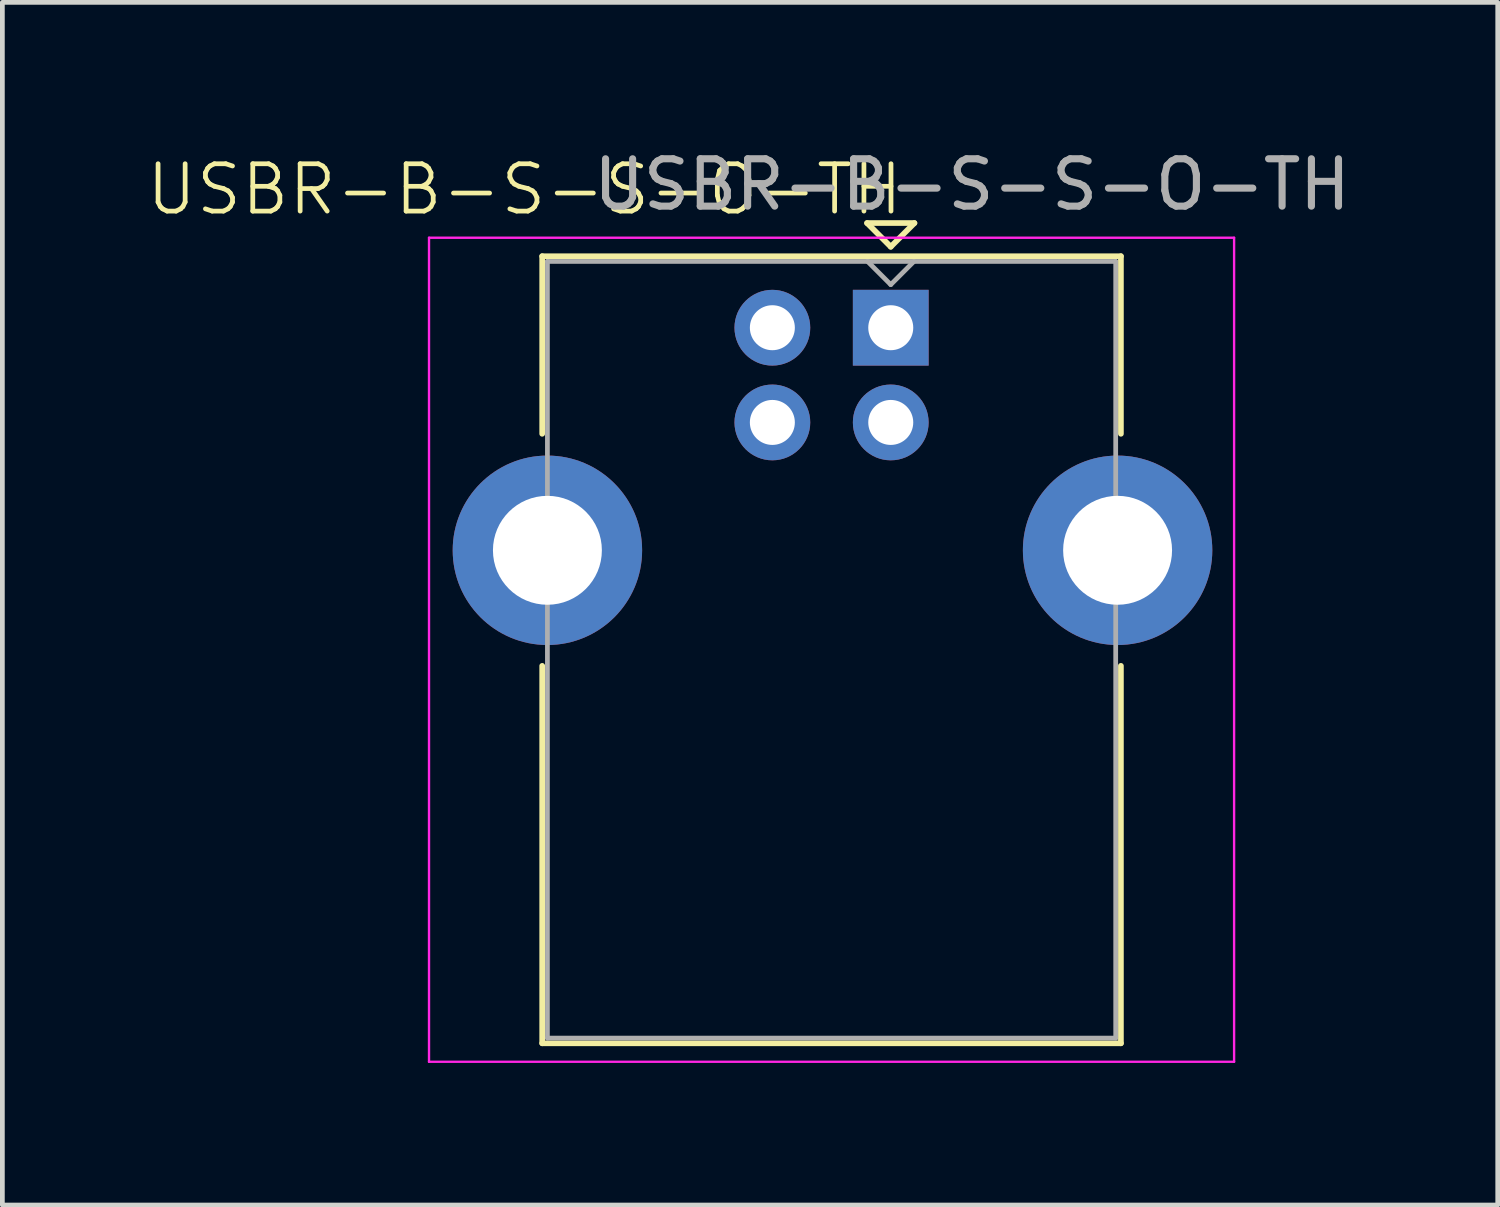
<source format=kicad_pcb>
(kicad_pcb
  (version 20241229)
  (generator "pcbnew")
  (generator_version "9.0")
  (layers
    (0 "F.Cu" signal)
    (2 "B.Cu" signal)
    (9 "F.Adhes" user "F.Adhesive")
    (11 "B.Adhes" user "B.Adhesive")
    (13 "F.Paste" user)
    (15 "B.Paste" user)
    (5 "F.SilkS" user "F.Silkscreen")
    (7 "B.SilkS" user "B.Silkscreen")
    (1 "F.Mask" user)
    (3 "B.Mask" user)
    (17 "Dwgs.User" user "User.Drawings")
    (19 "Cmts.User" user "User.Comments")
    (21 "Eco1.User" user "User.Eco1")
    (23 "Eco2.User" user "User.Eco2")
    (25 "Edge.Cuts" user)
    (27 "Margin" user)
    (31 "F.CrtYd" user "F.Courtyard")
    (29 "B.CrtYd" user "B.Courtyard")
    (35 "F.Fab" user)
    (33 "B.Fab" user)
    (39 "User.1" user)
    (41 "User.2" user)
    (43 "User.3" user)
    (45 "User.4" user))
  (footprint "USBR-B-S-S-O-TH"
    (layer "F.Cu")
    (at 8.509 8.57)
    (property "Reference" "USBR-B-S-S-O-TH" (at -0.483 -7.62 0) (unlocked yes) (layer "F.SilkS") (effects (font (size 1 1) (thickness 0.1))))
    (attr through_hole)
    (fp_line (start -0.11 -6.21) (end -0.11 -2.46) (stroke (width 0.12) (type solid)) (layer "F.SilkS"))
    (fp_line (start -0.11 -6.21) (end 12.11 -6.21) (stroke (width 0.12) (type solid)) (layer "F.SilkS"))
    (fp_line (start -0.11 10.41) (end -0.11 2.44) (stroke (width 0.12) (type solid)) (layer "F.SilkS"))
    (fp_line (start -0.11 10.41) (end 12.11 10.41) (stroke (width 0.12) (type solid)) (layer "F.SilkS"))
    (fp_line (start 6.75 -6.91) (end 7.25 -6.41) (stroke (width 0.12) (type solid)) (layer "F.SilkS"))
    (fp_line (start 7.25 -6.41) (end 7.75 -6.91) (stroke (width 0.12) (type solid)) (layer "F.SilkS"))
    (fp_line (start 7.75 -6.91) (end 6.75 -6.91) (stroke (width 0.12) (type solid)) (layer "F.SilkS"))
    (fp_line (start 12.11 -6.21) (end 12.11 -2.46) (stroke (width 0.12) (type solid)) (layer "F.SilkS"))
    (fp_line (start 12.11 10.41) (end 12.11 2.44) (stroke (width 0.12) (type solid)) (layer "F.SilkS"))
    (fp_line (start -2.5 -6.6) (end -2.5 10.8) (stroke (width 0.05) (type solid)) (layer "F.CrtYd"))
    (fp_line (start -2.5 10.8) (end 14.5 10.8) (stroke (width 0.05) (type solid)) (layer "F.CrtYd"))
    (fp_line (start 14.5 -6.6) (end -2.5 -6.6) (stroke (width 0.05) (type solid)) (layer "F.CrtYd"))
    (fp_line (start 14.5 10.8) (end 14.5 -6.6) (stroke (width 0.05) (type solid)) (layer "F.CrtYd"))
    (fp_line (start 0 -6.1) (end 12 -6.1) (stroke (width 0.1) (type solid)) (layer "F.Fab"))
    (fp_line (start 0 10.3) (end 0 -6.1) (stroke (width 0.1) (type solid)) (layer "F.Fab"))
    (fp_line (start 6.76 -6.1) (end 7.25 -5.61) (stroke (width 0.1) (type solid)) (layer "F.Fab"))
    (fp_line (start 7.25 -5.61) (end 7.74 -6.1) (stroke (width 0.1) (type solid)) (layer "F.Fab"))
    (fp_line (start 12 -6.1) (end 12 10.3) (stroke (width 0.1) (type solid)) (layer "F.Fab"))
    (fp_line (start 12 10.3) (end 0 10.3) (stroke (width 0.1) (type solid)) (layer "F.Fab"))
    (fp_text user "${REFERENCE}" (at 8.966 -7.722 0) (unlocked yes) (layer "F.Fab") (effects (font (size 1 1) (thickness 0.15))))
    (pad "1" thru_hole rect (at 7.25 -4.7) (size 1.6 1.6) (drill 0.95) (layers "*.Cu" "*.Mask"))
    (pad "2" thru_hole circle (at 4.75 -4.7) (size 1.6 1.6) (drill 0.95) (layers "*.Cu" "*.Mask"))
    (pad "3" thru_hole circle (at 4.75 -2.7) (size 1.6 1.6) (drill 0.95) (layers "*.Cu" "*.Mask"))
    (pad "4" thru_hole circle (at 7.25 -2.7) (size 1.6 1.6) (drill 0.95) (layers "*.Cu" "*.Mask"))
    (pad "5" thru_hole circle (at 0 0) (size 4 4) (drill 2.3) (layers "*.Cu" "*.Mask"))
    (pad "5" thru_hole circle (at 12.04 0) (size 4 4) (drill 2.3) (layers "*.Cu" "*.Mask")))
  (gr_rect
    (start -3 -3)
    (end 28.576 22.395)
    (stroke (width 0.1) (type default))
    (fill no)
    (layer "Edge.Cuts")))
</source>
